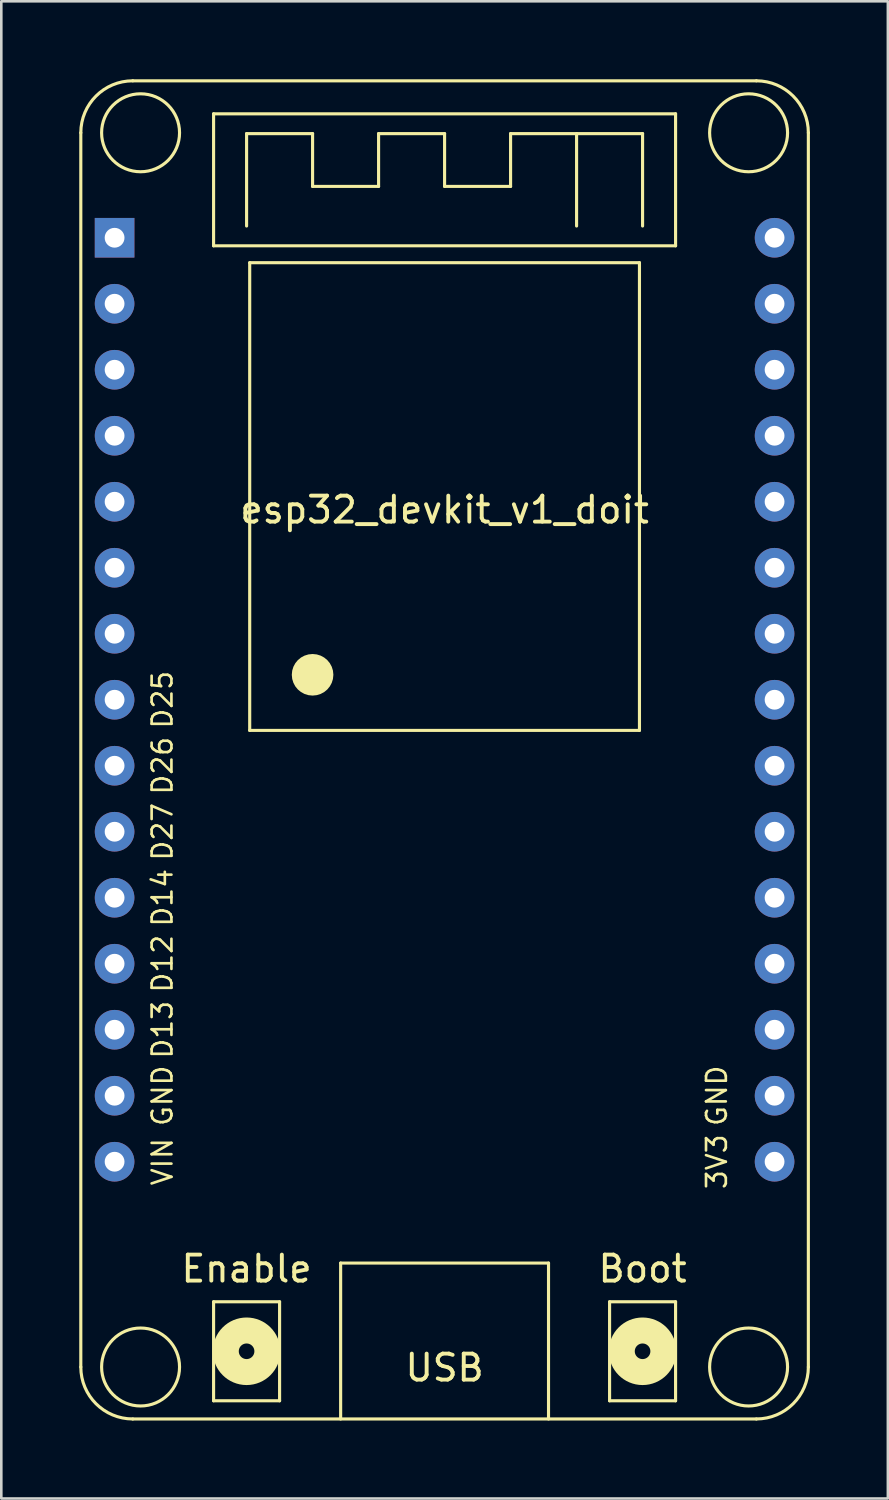
<source format=kicad_pcb>
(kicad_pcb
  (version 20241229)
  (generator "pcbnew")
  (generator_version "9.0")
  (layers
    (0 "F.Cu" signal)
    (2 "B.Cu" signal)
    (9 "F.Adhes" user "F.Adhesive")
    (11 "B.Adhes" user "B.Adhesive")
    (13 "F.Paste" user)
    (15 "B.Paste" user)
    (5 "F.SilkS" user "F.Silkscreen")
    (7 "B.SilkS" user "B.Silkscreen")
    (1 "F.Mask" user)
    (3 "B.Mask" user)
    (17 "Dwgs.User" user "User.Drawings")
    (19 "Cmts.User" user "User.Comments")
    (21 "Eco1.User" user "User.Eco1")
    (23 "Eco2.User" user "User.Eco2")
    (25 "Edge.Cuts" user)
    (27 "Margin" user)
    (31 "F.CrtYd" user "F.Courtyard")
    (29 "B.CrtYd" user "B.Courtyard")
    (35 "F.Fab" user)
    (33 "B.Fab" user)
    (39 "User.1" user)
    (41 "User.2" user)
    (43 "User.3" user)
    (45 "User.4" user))
  (footprint "esp32_devkit_v1_doit"
    (layer "F.Cu")
    (at 14.06 6.1)
    (property "Reference" "esp32_devkit_v1_doit" (at 0 10.47 0) (layer "F.SilkS") (effects (font (size 1 1) (thickness 0.15))))
    (attr smd)
    (fp_line (start -14 -4.04) (end -14 43.46) (stroke (width 0.12) (type solid)) (layer "F.SilkS"))
    (fp_line (start -12 -6.04) (end 12 -6.04) (stroke (width 0.12) (type solid)) (layer "F.SilkS"))
    (fp_line (start -12 45.46) (end 12 45.46) (stroke (width 0.12) (type solid)) (layer "F.SilkS"))
    (fp_line (start -8.89 -4.77) (end 8.89 -4.77) (stroke (width 0.12) (type solid)) (layer "F.SilkS"))
    (fp_line (start -8.89 0.31) (end -8.89 -4.77) (stroke (width 0.12) (type solid)) (layer "F.SilkS"))
    (fp_line (start -8.89 40.95) (end -6.35 40.95) (stroke (width 0.12) (type solid)) (layer "F.SilkS"))
    (fp_line (start -8.89 44.76) (end -8.89 40.95) (stroke (width 0.12) (type solid)) (layer "F.SilkS"))
    (fp_line (start -7.62 -4.008) (end -5.08 -4.008) (stroke (width 0.12) (type solid)) (layer "F.SilkS"))
    (fp_line (start -7.62 -0.452) (end -7.62 -4.008) (stroke (width 0.12) (type solid)) (layer "F.SilkS"))
    (fp_line (start -7.5 0.96) (end 7.5 0.96) (stroke (width 0.12) (type solid)) (layer "F.SilkS"))
    (fp_line (start -7.5 18.96) (end -7.5 0.96) (stroke (width 0.12) (type solid)) (layer "F.SilkS"))
    (fp_line (start -6.35 40.95) (end -6.35 44.76) (stroke (width 0.12) (type solid)) (layer "F.SilkS"))
    (fp_line (start -6.35 44.76) (end -8.89 44.76) (stroke (width 0.12) (type solid)) (layer "F.SilkS"))
    (fp_line (start -5.08 -4.008) (end -5.08 -1.976) (stroke (width 0.12) (type solid)) (layer "F.SilkS"))
    (fp_line (start -5.08 -1.976) (end -2.54 -1.976) (stroke (width 0.12) (type solid)) (layer "F.SilkS"))
    (fp_line (start -4 39.46) (end -4 45.46) (stroke (width 0.12) (type solid)) (layer "F.SilkS"))
    (fp_line (start -4 39.46) (end 4 39.46) (stroke (width 0.12) (type solid)) (layer "F.SilkS"))
    (fp_line (start -2.54 -4.008) (end 0 -4.008) (stroke (width 0.12) (type solid)) (layer "F.SilkS"))
    (fp_line (start -2.54 -1.976) (end -2.54 -4.008) (stroke (width 0.12) (type solid)) (layer "F.SilkS"))
    (fp_line (start 0 -4.008) (end 0 -1.976) (stroke (width 0.12) (type solid)) (layer "F.SilkS"))
    (fp_line (start 0 -1.976) (end 2.54 -1.976) (stroke (width 0.12) (type solid)) (layer "F.SilkS"))
    (fp_line (start 2.54 -4.008) (end 7.62 -4.008) (stroke (width 0.12) (type solid)) (layer "F.SilkS"))
    (fp_line (start 2.54 -1.976) (end 2.54 -4.008) (stroke (width 0.12) (type solid)) (layer "F.SilkS"))
    (fp_line (start 4 39.46) (end 4 45.46) (stroke (width 0.12) (type solid)) (layer "F.SilkS"))
    (fp_line (start 5.08 -4.008) (end 5.08 -0.452) (stroke (width 0.12) (type solid)) (layer "F.SilkS"))
    (fp_line (start 6.35 40.95) (end 8.89 40.95) (stroke (width 0.12) (type solid)) (layer "F.SilkS"))
    (fp_line (start 6.35 44.76) (end 6.35 40.95) (stroke (width 0.12) (type solid)) (layer "F.SilkS"))
    (fp_line (start 7.5 0.96) (end 7.5 18.96) (stroke (width 0.12) (type solid)) (layer "F.SilkS"))
    (fp_line (start 7.5 18.96) (end -7.5 18.96) (stroke (width 0.12) (type solid)) (layer "F.SilkS"))
    (fp_line (start 7.62 -4.008) (end 7.62 -0.452) (stroke (width 0.12) (type solid)) (layer "F.SilkS"))
    (fp_line (start 8.89 -4.77) (end 8.89 0.31) (stroke (width 0.12) (type solid)) (layer "F.SilkS"))
    (fp_line (start 8.89 0.31) (end -8.89 0.31) (stroke (width 0.12) (type solid)) (layer "F.SilkS"))
    (fp_line (start 8.89 40.95) (end 8.89 44.76) (stroke (width 0.12) (type solid)) (layer "F.SilkS"))
    (fp_line (start 8.89 44.76) (end 6.35 44.76) (stroke (width 0.12) (type solid)) (layer "F.SilkS"))
    (fp_line (start 14 43.46) (end 14 -4.04) (stroke (width 0.12) (type solid)) (layer "F.SilkS"))
    (fp_arc (start -14 -4.04) (mid -13.414214 -5.454214) (end -12 -6.04) (stroke (width 0.12) (type solid)) (layer "F.SilkS"))
    (fp_arc (start -12 45.46) (mid -13.414214 44.874214) (end -14 43.46) (stroke (width 0.12) (type solid)) (layer "F.SilkS"))
    (fp_arc (start 12 -6.04) (mid 13.414214 -5.454214) (end 14 -4.04) (stroke (width 0.12) (type solid)) (layer "F.SilkS"))
    (fp_arc (start 14 43.46) (mid 13.414214 44.874214) (end 12 45.46) (stroke (width 0.12) (type solid)) (layer "F.SilkS"))
    (fp_circle (center -11.7 -4.04) (end -10.2 -4.04) (stroke (width 0.12) (type solid)) (fill no) (layer "F.SilkS"))
    (fp_circle (center -11.7 43.46) (end -10.2 43.46) (stroke (width 0.12) (type solid)) (fill no) (layer "F.SilkS"))
    (fp_circle (center -7.62 42.855) (end -7.32 42.855) (stroke (width 1) (type solid)) (fill no) (layer "F.SilkS"))
    (fp_circle (center -5.08 16.82) (end -4.68 16.82) (stroke (width 0.8) (type solid)) (fill no) (layer "F.SilkS"))
    (fp_circle (center 7.62 42.855) (end 7.92 42.855) (stroke (width 1) (type solid)) (fill no) (layer "F.SilkS"))
    (fp_circle (center 11.7 -4.04) (end 13.2 -4.04) (stroke (width 0.12) (type solid)) (fill no) (layer "F.SilkS"))
    (fp_circle (center 11.7 43.46) (end 13.2 43.46) (stroke (width 0.12) (type solid)) (fill no) (layer "F.SilkS"))
    (fp_text user "D27" (at -10.414 22.86 90) (unlocked yes) (layer "F.SilkS") (effects (font (size 0.762 0.762) (thickness 0.102)) (justify bottom)))
    (fp_text user "3V3" (at 10.922 35.56 90) (unlocked yes) (layer "F.SilkS") (effects (font (size 0.762 0.762) (thickness 0.102)) (justify bottom)))
    (fp_text user "D25" (at -10.414 17.78 90) (unlocked yes) (layer "F.SilkS") (effects (font (size 0.762 0.762) (thickness 0.102)) (justify bottom)))
    (fp_text user "USB" (at 0 43.49 0) (layer "F.SilkS") (effects (font (size 1 1) (thickness 0.15))))
    (fp_text user "VIN" (at -10.414 35.56 90) (unlocked yes) (layer "F.SilkS") (effects (font (size 0.762 0.762) (thickness 0.102)) (justify bottom)))
    (fp_text user "D12" (at -10.414 27.94 90) (unlocked yes) (layer "F.SilkS") (effects (font (size 0.762 0.762) (thickness 0.102)) (justify bottom)))
    (fp_text user "Enable" (at -7.62 39.68 0) (layer "F.SilkS") (effects (font (size 1 1) (thickness 0.15))))
    (fp_text user "GND" (at -10.414 33.02 90) (unlocked yes) (layer "F.SilkS") (effects (font (size 0.762 0.762) (thickness 0.102)) (justify bottom)))
    (fp_text user "GND" (at 10.922 33.02 90) (unlocked yes) (layer "F.SilkS") (effects (font (size 0.762 0.762) (thickness 0.102)) (justify bottom)))
    (fp_text user "D26" (at -10.414 20.32 90) (unlocked yes) (layer "F.SilkS") (effects (font (size 0.762 0.762) (thickness 0.102)) (justify bottom)))
    (fp_text user "Boot" (at 7.62 39.68 0) (layer "F.SilkS") (effects (font (size 1 1) (thickness 0.15))))
    (fp_text user "D13" (at -10.414 30.48 90) (unlocked yes) (layer "F.SilkS") (effects (font (size 0.762 0.762) (thickness 0.102)) (justify bottom)))
    (fp_text user "D14" (at -10.414 25.4 90) (unlocked yes) (layer "F.SilkS") (effects (font (size 0.762 0.762) (thickness 0.102)) (justify bottom)))
    (pad "1" thru_hole rect (at -12.7 0) (size 1.524 1.524) (drill 0.762) (layers "*.Cu" "*.Mask"))
    (pad "2" thru_hole circle (at -12.7 2.54) (size 1.524 1.524) (drill 0.762) (layers "*.Cu" "*.Mask"))
    (pad "3" thru_hole circle (at -12.7 5.08) (size 1.524 1.524) (drill 0.762) (layers "*.Cu" "*.Mask"))
    (pad "4" thru_hole circle (at -12.7 7.62) (size 1.524 1.524) (drill 0.762) (layers "*.Cu" "*.Mask"))
    (pad "5" thru_hole circle (at -12.7 10.16) (size 1.524 1.524) (drill 0.762) (layers "*.Cu" "*.Mask"))
    (pad "6" thru_hole circle (at -12.7 12.7) (size 1.524 1.524) (drill 0.762) (layers "*.Cu" "*.Mask"))
    (pad "7" thru_hole circle (at -12.7 15.24) (size 1.524 1.524) (drill 0.762) (layers "*.Cu" "*.Mask"))
    (pad "8" thru_hole circle (at -12.7 17.78) (size 1.524 1.524) (drill 0.762) (layers "*.Cu" "*.Mask"))
    (pad "9" thru_hole circle (at -12.7 20.32) (size 1.524 1.524) (drill 0.762) (layers "*.Cu" "*.Mask"))
    (pad "10" thru_hole circle (at -12.7 22.86) (size 1.524 1.524) (drill 0.762) (layers "*.Cu" "*.Mask"))
    (pad "11" thru_hole circle (at -12.7 25.4) (size 1.524 1.524) (drill 0.762) (layers "*.Cu" "*.Mask"))
    (pad "12" thru_hole circle (at -12.7 27.94) (size 1.524 1.524) (drill 0.762) (layers "*.Cu" "*.Mask"))
    (pad "13" thru_hole circle (at -12.7 30.48) (size 1.524 1.524) (drill 0.762) (layers "*.Cu" "*.Mask"))
    (pad "14" thru_hole circle (at -12.7 33.02) (size 1.524 1.524) (drill 0.762) (layers "*.Cu" "*.Mask"))
    (pad "15" thru_hole circle (at -12.7 35.56) (size 1.524 1.524) (drill 0.762) (layers "*.Cu" "*.Mask"))
    (pad "16" thru_hole circle (at 12.7 35.56) (size 1.524 1.524) (drill 0.762) (layers "*.Cu" "*.Mask"))
    (pad "17" thru_hole circle (at 12.7 33.02) (size 1.524 1.524) (drill 0.762) (layers "*.Cu" "*.Mask"))
    (pad "18" thru_hole circle (at 12.7 30.48) (size 1.524 1.524) (drill 0.762) (layers "*.Cu" "*.Mask"))
    (pad "19" thru_hole circle (at 12.7 27.94) (size 1.524 1.524) (drill 0.762) (layers "*.Cu" "*.Mask"))
    (pad "20" thru_hole circle (at 12.7 25.4) (size 1.524 1.524) (drill 0.762) (layers "*.Cu" "*.Mask"))
    (pad "21" thru_hole circle (at 12.7 22.86) (size 1.524 1.524) (drill 0.762) (layers "*.Cu" "*.Mask"))
    (pad "22" thru_hole circle (at 12.7 20.32) (size 1.524 1.524) (drill 0.762) (layers "*.Cu" "*.Mask"))
    (pad "23" thru_hole circle (at 12.7 17.78) (size 1.524 1.524) (drill 0.762) (layers "*.Cu" "*.Mask"))
    (pad "24" thru_hole circle (at 12.7 15.24) (size 1.524 1.524) (drill 0.762) (layers "*.Cu" "*.Mask"))
    (pad "25" thru_hole circle (at 12.7 12.7) (size 1.524 1.524) (drill 0.762) (layers "*.Cu" "*.Mask"))
    (pad "26" thru_hole circle (at 12.7 10.16) (size 1.524 1.524) (drill 0.762) (layers "*.Cu" "*.Mask"))
    (pad "27" thru_hole circle (at 12.7 7.62) (size 1.524 1.524) (drill 0.762) (layers "*.Cu" "*.Mask"))
    (pad "28" thru_hole circle (at 12.7 5.08) (size 1.524 1.524) (drill 0.762) (layers "*.Cu" "*.Mask"))
    (pad "29" thru_hole circle (at 12.7 2.54) (size 1.524 1.524) (drill 0.762) (layers "*.Cu" "*.Mask"))
    (pad "30" thru_hole circle (at 12.7 0) (size 1.524 1.524) (drill 0.762) (layers "*.Cu" "*.Mask")))
  (gr_rect
    (start -3 -3)
    (end 31.12 54.62)
    (stroke (width 0.1) (type default))
    (fill no)
    (layer "Edge.Cuts")))
</source>
